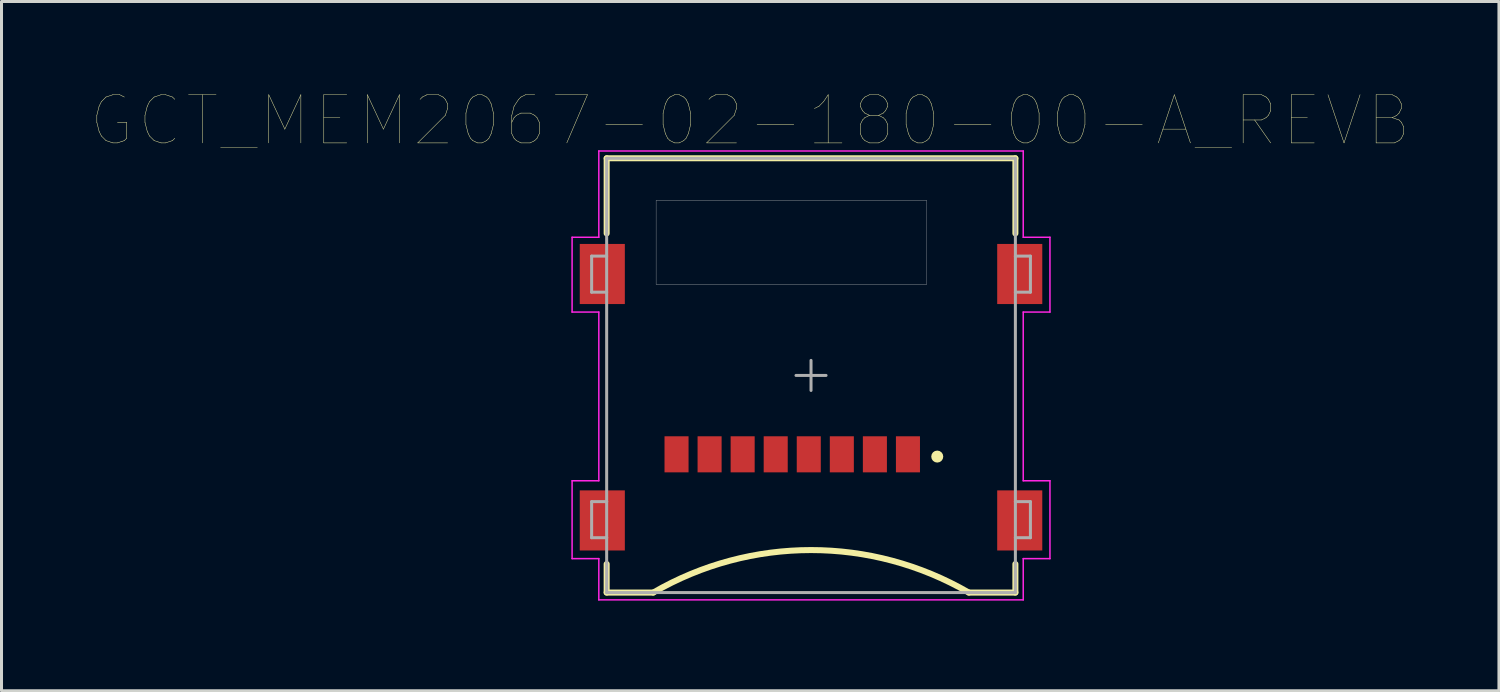
<source format=kicad_pcb>
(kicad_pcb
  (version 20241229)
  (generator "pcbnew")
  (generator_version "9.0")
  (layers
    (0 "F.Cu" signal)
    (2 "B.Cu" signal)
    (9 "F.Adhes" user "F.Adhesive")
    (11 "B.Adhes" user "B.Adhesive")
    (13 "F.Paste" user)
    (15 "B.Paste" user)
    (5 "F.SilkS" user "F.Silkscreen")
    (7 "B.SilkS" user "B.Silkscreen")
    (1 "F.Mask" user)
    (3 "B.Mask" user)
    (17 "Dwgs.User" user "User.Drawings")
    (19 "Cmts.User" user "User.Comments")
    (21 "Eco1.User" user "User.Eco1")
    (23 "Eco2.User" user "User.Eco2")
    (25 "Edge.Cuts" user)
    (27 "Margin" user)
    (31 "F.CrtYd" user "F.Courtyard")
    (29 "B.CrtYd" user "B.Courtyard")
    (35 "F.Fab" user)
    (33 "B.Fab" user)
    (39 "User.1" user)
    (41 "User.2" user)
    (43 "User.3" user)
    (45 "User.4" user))
  (footprint "GCT_MEM2067-02-180-00-A_REVB"
    (layer "F.Cu")
    (at 23.936 9.442)
    (property "Reference" "GCT_MEM2067-02-180-00-A_REVB" (at -2.023 -8.478 0) (layer "F.SilkS") (effects (font (size 1.602 1.602) (thickness 0.015))))
    (attr smd)
    (fp_line (start -6.8 -7.225) (end 6.8 -7.225) (stroke (width 0.2) (type solid)) (layer "F.SilkS"))
    (fp_line (start -6.8 -4.725) (end -6.8 -7.225) (stroke (width 0.2) (type solid)) (layer "F.SilkS"))
    (fp_line (start -6.8 7.225) (end -6.8 6.275) (stroke (width 0.2) (type solid)) (layer "F.SilkS"))
    (fp_line (start -6.8 7.225) (end -5.25 7.225) (stroke (width 0.2) (type solid)) (layer "F.SilkS"))
    (fp_line (start 5.25 7.225) (end 6.8 7.225) (stroke (width 0.2) (type solid)) (layer "F.SilkS"))
    (fp_line (start 6.8 -4.725) (end 6.8 -7.225) (stroke (width 0.2) (type solid)) (layer "F.SilkS"))
    (fp_line (start 6.8 7.225) (end 6.8 6.275) (stroke (width 0.2) (type solid)) (layer "F.SilkS"))
    (fp_arc (start -5.25 7.225) (mid 0 5.810899) (end 5.25 7.225) (stroke (width 0.2) (type solid)) (layer "F.SilkS"))
    (fp_circle (center 4.2 2.7) (end 4.3 2.7) (stroke (width 0.2) (type solid)) (fill no) (layer "F.SilkS"))
    (fp_poly (pts (xy -5.155 -5.825) (xy 3.85 -5.825) (xy 3.85 -3.028) (xy -5.155 -3.028)) (stroke (width 0.01) (type solid)) (fill no) (layer "Dwgs.User"))
    (fp_line (start -7.95 -4.597) (end -7.061 -4.597) (stroke (width 0.05) (type solid)) (layer "F.CrtYd"))
    (fp_line (start -7.95 -2.108) (end -7.95 -4.597) (stroke (width 0.05) (type solid)) (layer "F.CrtYd"))
    (fp_line (start -7.95 -2.108) (end -7.061 -2.108) (stroke (width 0.05) (type solid)) (layer "F.CrtYd"))
    (fp_line (start -7.95 3.505) (end -7.061 3.505) (stroke (width 0.05) (type solid)) (layer "F.CrtYd"))
    (fp_line (start -7.95 6.096) (end -7.95 3.505) (stroke (width 0.05) (type solid)) (layer "F.CrtYd"))
    (fp_line (start -7.95 6.096) (end -7.061 6.096) (stroke (width 0.05) (type solid)) (layer "F.CrtYd"))
    (fp_line (start -7.061 -7.468) (end 7.061 -7.468) (stroke (width 0.05) (type solid)) (layer "F.CrtYd"))
    (fp_line (start -7.061 -4.597) (end -7.061 -7.468) (stroke (width 0.05) (type solid)) (layer "F.CrtYd"))
    (fp_line (start -7.061 3.505) (end -7.061 -2.108) (stroke (width 0.05) (type solid)) (layer "F.CrtYd"))
    (fp_line (start -7.061 7.468) (end -7.061 6.096) (stroke (width 0.05) (type solid)) (layer "F.CrtYd"))
    (fp_line (start -7.061 7.468) (end 7.061 7.468) (stroke (width 0.05) (type solid)) (layer "F.CrtYd"))
    (fp_line (start 7.061 -4.597) (end 7.061 -7.468) (stroke (width 0.05) (type solid)) (layer "F.CrtYd"))
    (fp_line (start 7.061 -4.597) (end 7.95 -4.597) (stroke (width 0.05) (type solid)) (layer "F.CrtYd"))
    (fp_line (start 7.061 -2.108) (end 7.95 -2.108) (stroke (width 0.05) (type solid)) (layer "F.CrtYd"))
    (fp_line (start 7.061 3.505) (end 7.061 -2.108) (stroke (width 0.05) (type solid)) (layer "F.CrtYd"))
    (fp_line (start 7.061 3.505) (end 7.95 3.505) (stroke (width 0.05) (type solid)) (layer "F.CrtYd"))
    (fp_line (start 7.061 6.096) (end 7.95 6.096) (stroke (width 0.05) (type solid)) (layer "F.CrtYd"))
    (fp_line (start 7.061 7.468) (end 7.061 6.096) (stroke (width 0.05) (type solid)) (layer "F.CrtYd"))
    (fp_line (start 7.95 -2.108) (end 7.95 -4.597) (stroke (width 0.05) (type solid)) (layer "F.CrtYd"))
    (fp_line (start 7.95 6.096) (end 7.95 3.505) (stroke (width 0.05) (type solid)) (layer "F.CrtYd"))
    (fp_line (start -7.3 -3.97) (end -6.8 -3.97) (stroke (width 0.1) (type solid)) (layer "F.Fab"))
    (fp_line (start -7.3 -2.77) (end -7.3 -3.97) (stroke (width 0.1) (type solid)) (layer "F.Fab"))
    (fp_line (start -7.3 -2.77) (end -6.8 -2.77) (stroke (width 0.1) (type solid)) (layer "F.Fab"))
    (fp_line (start -7.3 4.2) (end -6.8 4.2) (stroke (width 0.1) (type solid)) (layer "F.Fab"))
    (fp_line (start -7.3 5.4) (end -7.3 4.2) (stroke (width 0.1) (type solid)) (layer "F.Fab"))
    (fp_line (start -7.3 5.4) (end -6.8 5.4) (stroke (width 0.1) (type solid)) (layer "F.Fab"))
    (fp_line (start -6.8 -7.225) (end 6.8 -7.225) (stroke (width 0.1) (type solid)) (layer "F.Fab"))
    (fp_line (start -6.8 4.2) (end -6.8 -7.225) (stroke (width 0.1) (type solid)) (layer "F.Fab"))
    (fp_line (start -6.8 5.4) (end -6.8 4.2) (stroke (width 0.1) (type solid)) (layer "F.Fab"))
    (fp_line (start -6.8 7.225) (end -6.8 5.4) (stroke (width 0.1) (type solid)) (layer "F.Fab"))
    (fp_line (start -6.8 7.225) (end 6.8 7.225) (stroke (width 0.1) (type solid)) (layer "F.Fab"))
    (fp_line (start -0.5 0) (end 0.5 0) (stroke (width 0.1) (type solid)) (layer "F.Fab"))
    (fp_line (start 0 0.5) (end 0 -0.5) (stroke (width 0.1) (type solid)) (layer "F.Fab"))
    (fp_line (start 6.8 -3.97) (end 6.8 -7.225) (stroke (width 0.1) (type solid)) (layer "F.Fab"))
    (fp_line (start 6.8 -3.97) (end 7.3 -3.97) (stroke (width 0.1) (type solid)) (layer "F.Fab"))
    (fp_line (start 6.8 -2.77) (end 6.8 -3.97) (stroke (width 0.1) (type solid)) (layer "F.Fab"))
    (fp_line (start 6.8 -2.77) (end 7.3 -2.77) (stroke (width 0.1) (type solid)) (layer "F.Fab"))
    (fp_line (start 6.8 4.2) (end 6.8 -2.77) (stroke (width 0.1) (type solid)) (layer "F.Fab"))
    (fp_line (start 6.8 4.2) (end 7.3 4.2) (stroke (width 0.1) (type solid)) (layer "F.Fab"))
    (fp_line (start 6.8 5.4) (end 6.8 4.2) (stroke (width 0.1) (type solid)) (layer "F.Fab"))
    (fp_line (start 6.8 5.4) (end 7.3 5.4) (stroke (width 0.1) (type solid)) (layer "F.Fab"))
    (fp_line (start 6.8 7.225) (end 6.8 5.4) (stroke (width 0.1) (type solid)) (layer "F.Fab"))
    (fp_line (start 7.3 -2.77) (end 7.3 -3.97) (stroke (width 0.1) (type solid)) (layer "F.Fab"))
    (fp_line (start 7.3 5.4) (end 7.3 4.2) (stroke (width 0.1) (type solid)) (layer "F.Fab"))
    (pad "1" smd rect (at 3.225 2.625) (size 0.8 1.2) (layers "F.Cu" "F.Mask" "F.Paste"))
    (pad "2" smd rect (at 2.125 2.625) (size 0.8 1.2) (layers "F.Cu" "F.Mask" "F.Paste"))
    (pad "3" smd rect (at 1.025 2.625) (size 0.8 1.2) (layers "F.Cu" "F.Mask" "F.Paste"))
    (pad "4" smd rect (at -0.075 2.625) (size 0.8 1.2) (layers "F.Cu" "F.Mask" "F.Paste"))
    (pad "5" smd rect (at -1.175 2.625) (size 0.8 1.2) (layers "F.Cu" "F.Mask" "F.Paste"))
    (pad "6" smd rect (at -2.275 2.625) (size 0.8 1.2) (layers "F.Cu" "F.Mask" "F.Paste"))
    (pad "7" smd rect (at -3.375 2.625) (size 0.8 1.2) (layers "F.Cu" "F.Mask" "F.Paste"))
    (pad "8" smd rect (at -4.475 2.625) (size 0.8 1.2) (layers "F.Cu" "F.Mask" "F.Paste"))
    (pad "9" smd rect (at -6.945 4.825) (size 1.5 2) (layers "F.Cu" "F.Mask" "F.Paste"))
    (pad "10" smd rect (at -6.945 -3.375) (size 1.5 2) (layers "F.Cu" "F.Mask" "F.Paste"))
    (pad "11" smd rect (at 6.945 -3.375) (size 1.5 2) (layers "F.Cu" "F.Mask" "F.Paste"))
    (pad "12" smd rect (at 6.945 4.825) (size 1.5 2) (layers "F.Cu" "F.Mask" "F.Paste")))
  (gr_rect
    (start -3 -3)
    (end 46.826 19.934)
    (stroke (width 0.1) (type default))
    (fill no)
    (layer "Edge.Cuts")))
</source>
